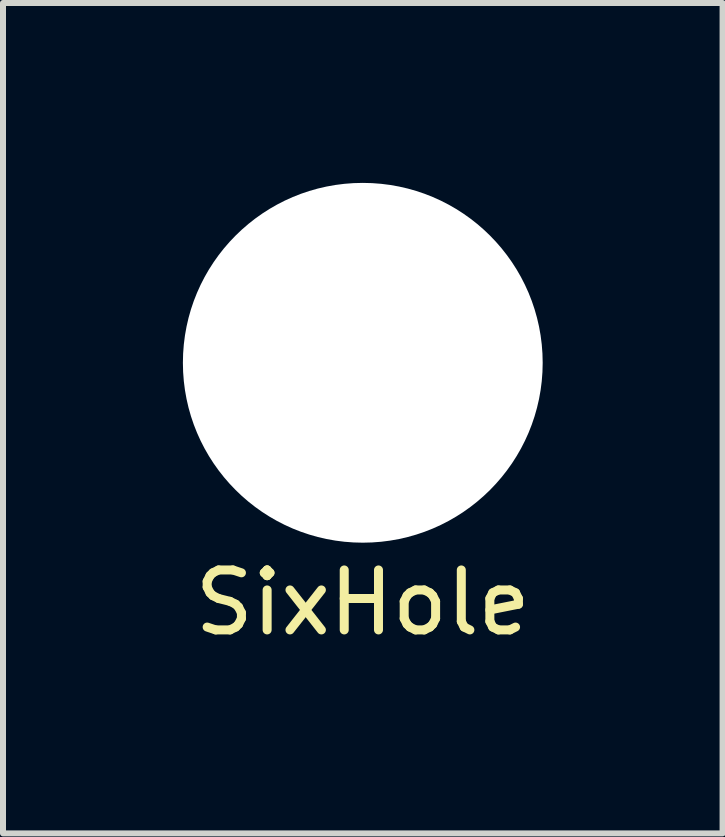
<source format=kicad_pcb>
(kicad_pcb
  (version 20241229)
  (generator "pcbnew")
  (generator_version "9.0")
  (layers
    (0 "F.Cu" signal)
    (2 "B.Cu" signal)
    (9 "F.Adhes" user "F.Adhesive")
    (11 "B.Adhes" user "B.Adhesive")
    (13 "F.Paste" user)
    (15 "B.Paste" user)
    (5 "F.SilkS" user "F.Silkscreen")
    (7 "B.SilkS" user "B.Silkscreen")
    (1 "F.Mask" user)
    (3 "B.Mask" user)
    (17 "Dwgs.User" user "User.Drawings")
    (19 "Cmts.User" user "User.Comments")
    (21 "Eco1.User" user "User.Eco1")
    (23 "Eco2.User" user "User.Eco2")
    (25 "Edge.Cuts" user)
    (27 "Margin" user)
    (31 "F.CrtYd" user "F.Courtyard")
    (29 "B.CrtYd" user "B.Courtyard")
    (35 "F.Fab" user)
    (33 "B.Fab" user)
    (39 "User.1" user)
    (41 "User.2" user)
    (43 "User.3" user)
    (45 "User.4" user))
  (footprint "SixHole"
    (layer "F.Cu")
    (at 3 3)
    (property "Reference" "SixHole" (at 0 4 0) (layer "F.SilkS") (effects (font (size 1 1) (thickness 0.15))))
    (attr through_hole)
    (pad "" np_thru_hole circle (at 0 0) (size 6 6) (drill 6) (layers "*.Cu" "*.Mask")))
  (gr_rect
    (start -3 -3)
    (end 9 10.848)
    (stroke (width 0.1) (type default))
    (fill no)
    (layer "Edge.Cuts")))
</source>
